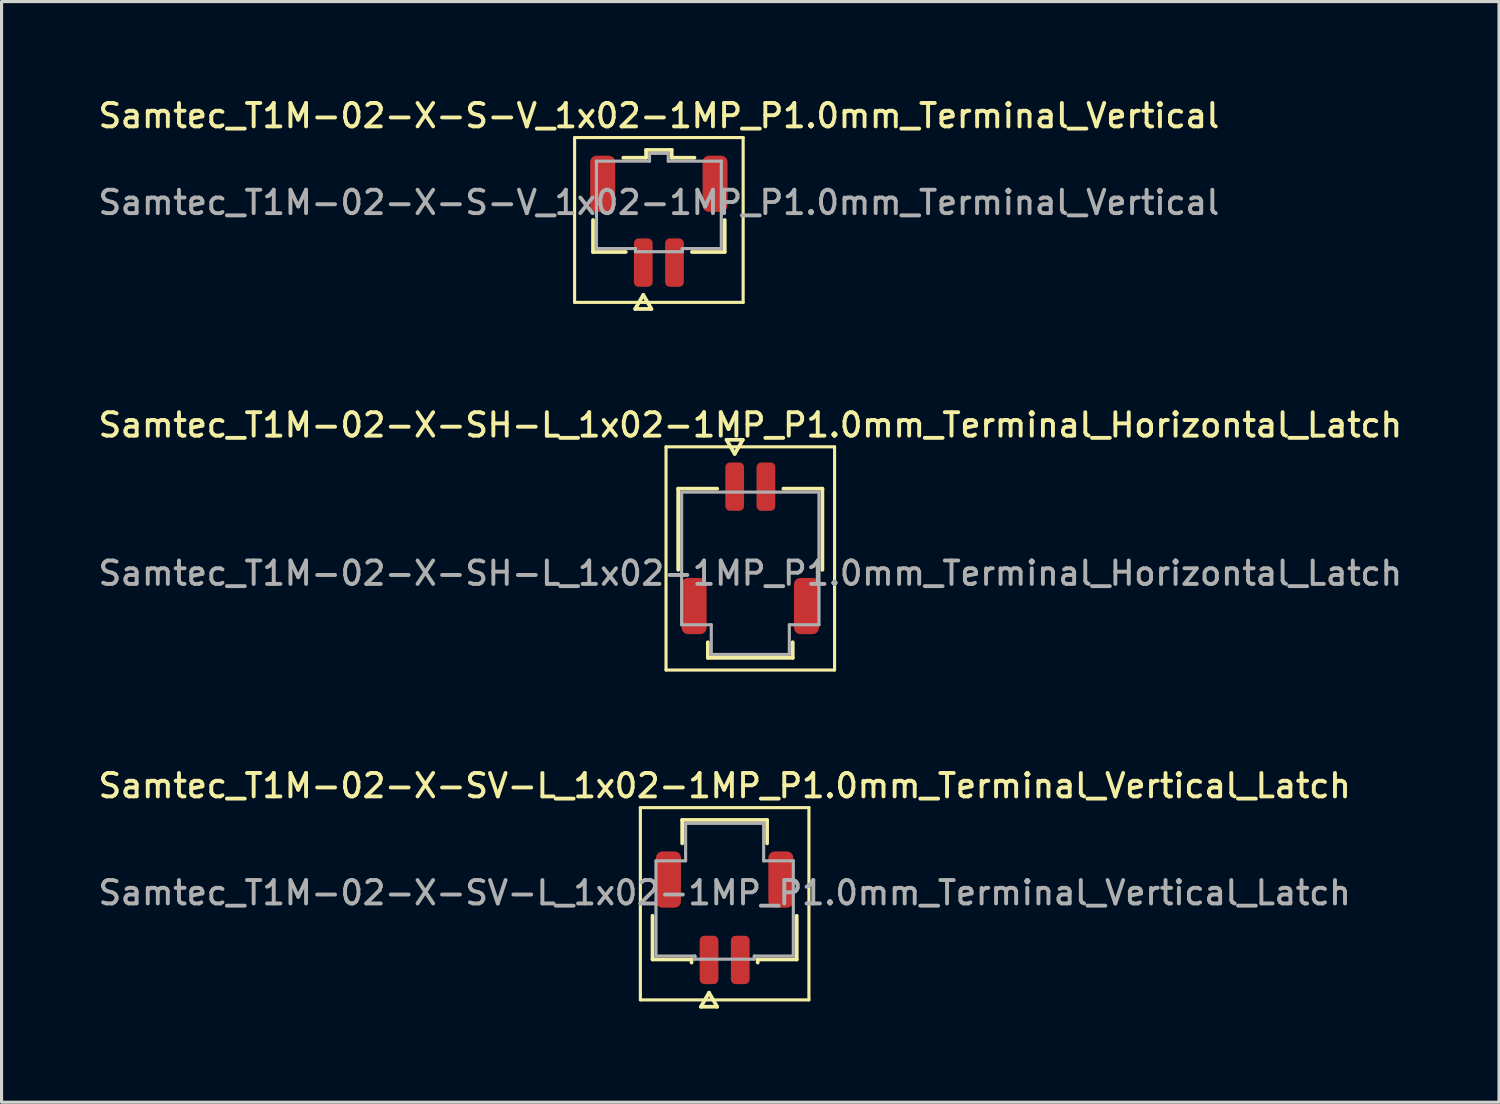
<source format=kicad_pcb>
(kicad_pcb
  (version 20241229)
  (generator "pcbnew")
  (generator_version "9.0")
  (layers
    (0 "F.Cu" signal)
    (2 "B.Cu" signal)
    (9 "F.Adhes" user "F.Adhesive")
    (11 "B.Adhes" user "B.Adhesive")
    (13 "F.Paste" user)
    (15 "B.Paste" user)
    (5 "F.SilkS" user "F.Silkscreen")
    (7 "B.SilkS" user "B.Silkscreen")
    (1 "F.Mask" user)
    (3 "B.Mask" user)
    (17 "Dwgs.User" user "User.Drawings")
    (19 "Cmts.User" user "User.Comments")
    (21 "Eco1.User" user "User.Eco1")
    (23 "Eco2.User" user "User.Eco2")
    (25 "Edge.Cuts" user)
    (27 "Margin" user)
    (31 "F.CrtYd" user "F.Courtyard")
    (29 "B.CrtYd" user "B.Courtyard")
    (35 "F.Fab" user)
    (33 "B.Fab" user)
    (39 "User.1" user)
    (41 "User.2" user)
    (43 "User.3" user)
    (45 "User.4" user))
  (footprint "Samtec_T1M-02-X-S-V_1x02-1MP_P1.0mm_Terminal_Vertical"
    (layer "F.Cu")
    (at 18.059 3.438)
    (property "Reference" "Samtec_T1M-02-X-S-V_1x02-1MP_P1.0mm_Terminal_Vertical" (at 0 -2.78 0) (layer "F.SilkS") (effects (font (size 0.75 0.75) (thickness 0.125))))
    (attr smd)
    (fp_line (start -2.7 -2.08) (end -2.7 3.2) (stroke (width 0.1) (type solid)) (layer "F.SilkS"))
    (fp_line (start -2.7 3.2) (end 2.7 3.2) (stroke (width 0.1) (type solid)) (layer "F.SilkS"))
    (fp_line (start -2.11 1.585) (end -2.11 0.56) (stroke (width 0.12) (type solid)) (layer "F.SilkS"))
    (fp_line (start -1.14 -1.435) (end -0.41 -1.435) (stroke (width 0.12) (type solid)) (layer "F.SilkS"))
    (fp_line (start -1.06 1.585) (end -2.11 1.585) (stroke (width 0.12) (type solid)) (layer "F.SilkS"))
    (fp_line (start -0.76 3.41) (end -0.5 2.96) (stroke (width 0.12) (type solid)) (layer "F.SilkS"))
    (fp_line (start -0.5 2.96) (end -0.24 3.41) (stroke (width 0.12) (type solid)) (layer "F.SilkS"))
    (fp_line (start -0.41 -1.685) (end 0.41 -1.685) (stroke (width 0.12) (type solid)) (layer "F.SilkS"))
    (fp_line (start -0.41 -1.435) (end -0.41 -1.685) (stroke (width 0.12) (type solid)) (layer "F.SilkS"))
    (fp_line (start -0.24 3.41) (end -0.76 3.41) (stroke (width 0.12) (type solid)) (layer "F.SilkS"))
    (fp_line (start 0.41 -1.685) (end 0.41 -1.435) (stroke (width 0.12) (type solid)) (layer "F.SilkS"))
    (fp_line (start 0.41 -1.435) (end 1.14 -1.435) (stroke (width 0.12) (type solid)) (layer "F.SilkS"))
    (fp_line (start 2.11 0.56) (end 2.11 1.585) (stroke (width 0.12) (type solid)) (layer "F.SilkS"))
    (fp_line (start 2.11 1.585) (end 1.06 1.585) (stroke (width 0.12) (type solid)) (layer "F.SilkS"))
    (fp_line (start 2.7 -2.08) (end -2.7 -2.08) (stroke (width 0.1) (type solid)) (layer "F.SilkS"))
    (fp_line (start 2.7 3.2) (end 2.7 -2.08) (stroke (width 0.1) (type solid)) (layer "F.SilkS"))
    (fp_line (start -2 -1.325) (end -0.3 -1.325) (stroke (width 0.1) (type solid)) (layer "F.Fab"))
    (fp_line (start -2 1.475) (end -2 -1.325) (stroke (width 0.1) (type solid)) (layer "F.Fab"))
    (fp_line (start -0.75 1.475) (end -2 1.475) (stroke (width 0.1) (type solid)) (layer "F.Fab"))
    (fp_line (start -0.75 1.575) (end -0.75 1.475) (stroke (width 0.1) (type solid)) (layer "F.Fab"))
    (fp_line (start -0.3 -1.575) (end 0.3 -1.575) (stroke (width 0.1) (type solid)) (layer "F.Fab"))
    (fp_line (start -0.3 -1.325) (end -0.3 -1.575) (stroke (width 0.1) (type solid)) (layer "F.Fab"))
    (fp_line (start 0.3 -1.575) (end 0.3 -1.325) (stroke (width 0.1) (type solid)) (layer "F.Fab"))
    (fp_line (start 0.3 -1.325) (end 2 -1.325) (stroke (width 0.1) (type solid)) (layer "F.Fab"))
    (fp_line (start 0.75 1.475) (end 0.75 1.575) (stroke (width 0.1) (type solid)) (layer "F.Fab"))
    (fp_line (start 0.75 1.575) (end -0.75 1.575) (stroke (width 0.1) (type solid)) (layer "F.Fab"))
    (fp_line (start 2 -1.325) (end 2 1.475) (stroke (width 0.1) (type solid)) (layer "F.Fab"))
    (fp_line (start 2 1.475) (end 0.75 1.475) (stroke (width 0.1) (type solid)) (layer "F.Fab"))
    (fp_text user "${REFERENCE}" (at 0 0 0) (layer "F.Fab") (effects (font (size 0.75 0.75) (thickness 0.125))))
    (pad "1" smd roundrect (at -0.5 1.925) (size 0.6 1.55) (layers "F.Cu" "F.Mask" "F.Paste") (roundrect_rratio 0.25))
    (pad "2" smd roundrect (at 0.5 1.925) (size 0.6 1.55) (layers "F.Cu" "F.Mask" "F.Paste") (roundrect_rratio 0.25))
    (pad "MP" smd roundrect (at -1.8 -0.6) (size 0.8 1.8) (layers "F.Cu" "F.Mask" "F.Paste") (roundrect_rratio 0.25))
    (pad "MP" smd roundrect (at 1.8 -0.6) (size 0.8 1.8) (layers "F.Cu" "F.Mask" "F.Paste") (roundrect_rratio 0.25)))
  (footprint "Samtec_T1M-02-X-SV-L_1x02-1MP_P1.0mm_Terminal_Vertical_Latch"
    (layer "F.Cu")
    (at 20.166 25.554)
    (property "Reference" "Samtec_T1M-02-X-SV-L_1x02-1MP_P1.0mm_Terminal_Vertical_Latch" (at 0 -3.43 0) (layer "F.SilkS") (effects (font (size 0.75 0.75) (thickness 0.125))))
    (attr smd)
    (fp_line (start -2.7 -2.73) (end -2.7 3.43) (stroke (width 0.1) (type solid)) (layer "F.SilkS"))
    (fp_line (start -2.7 3.43) (end 2.7 3.43) (stroke (width 0.1) (type solid)) (layer "F.SilkS"))
    (fp_line (start -2.31 2.135) (end -2.31 0.735) (stroke (width 0.12) (type solid)) (layer "F.SilkS"))
    (fp_line (start -1.36 -2.335) (end 1.36 -2.335) (stroke (width 0.12) (type solid)) (layer "F.SilkS"))
    (fp_line (start -1.36 -1.585) (end -1.36 -2.335) (stroke (width 0.12) (type solid)) (layer "F.SilkS"))
    (fp_line (start -1.06 2.135) (end -2.31 2.135) (stroke (width 0.12) (type solid)) (layer "F.SilkS"))
    (fp_line (start -1.06 2.235) (end -1.06 2.135) (stroke (width 0.12) (type solid)) (layer "F.SilkS"))
    (fp_line (start -0.76 3.65) (end -0.5 3.2) (stroke (width 0.12) (type solid)) (layer "F.SilkS"))
    (fp_line (start -0.5 3.2) (end -0.24 3.65) (stroke (width 0.12) (type solid)) (layer "F.SilkS"))
    (fp_line (start -0.24 3.65) (end -0.76 3.65) (stroke (width 0.12) (type solid)) (layer "F.SilkS"))
    (fp_line (start 1.06 2.135) (end 1.06 2.235) (stroke (width 0.12) (type solid)) (layer "F.SilkS"))
    (fp_line (start 1.36 -2.335) (end 1.36 -1.585) (stroke (width 0.12) (type solid)) (layer "F.SilkS"))
    (fp_line (start 2.31 0.735) (end 2.31 2.135) (stroke (width 0.12) (type solid)) (layer "F.SilkS"))
    (fp_line (start 2.31 2.135) (end 1.06 2.135) (stroke (width 0.12) (type solid)) (layer "F.SilkS"))
    (fp_line (start 2.7 -2.73) (end -2.7 -2.73) (stroke (width 0.1) (type solid)) (layer "F.SilkS"))
    (fp_line (start 2.7 3.43) (end 2.7 -2.73) (stroke (width 0.1) (type solid)) (layer "F.SilkS"))
    (fp_line (start -2.2 -1.025) (end -1.25 -1.025) (stroke (width 0.1) (type solid)) (layer "F.Fab"))
    (fp_line (start -2.2 2.025) (end -2.2 -1.025) (stroke (width 0.1) (type solid)) (layer "F.Fab"))
    (fp_line (start -1.25 -2.225) (end 1.25 -2.225) (stroke (width 0.1) (type solid)) (layer "F.Fab"))
    (fp_line (start -1.25 -1.025) (end -1.25 -2.225) (stroke (width 0.1) (type solid)) (layer "F.Fab"))
    (fp_line (start -0.95 2.025) (end -2.2 2.025) (stroke (width 0.1) (type solid)) (layer "F.Fab"))
    (fp_line (start -0.95 2.125) (end -0.95 2.025) (stroke (width 0.1) (type solid)) (layer "F.Fab"))
    (fp_line (start 0.95 2.025) (end 0.95 2.125) (stroke (width 0.1) (type solid)) (layer "F.Fab"))
    (fp_line (start 0.95 2.125) (end -0.95 2.125) (stroke (width 0.1) (type solid)) (layer "F.Fab"))
    (fp_line (start 1.25 -2.225) (end 1.25 -1.025) (stroke (width 0.1) (type solid)) (layer "F.Fab"))
    (fp_line (start 1.25 -1.025) (end 2.2 -1.025) (stroke (width 0.1) (type solid)) (layer "F.Fab"))
    (fp_line (start 2.2 -1.025) (end 2.2 2.025) (stroke (width 0.1) (type solid)) (layer "F.Fab"))
    (fp_line (start 2.2 2.025) (end 0.95 2.025) (stroke (width 0.1) (type solid)) (layer "F.Fab"))
    (fp_text user "${REFERENCE}" (at 0 0 0) (layer "F.Fab") (effects (font (size 0.75 0.75) (thickness 0.125))))
    (pad "1" smd roundrect (at -0.5 2.15) (size 0.6 1.55) (layers "F.Cu" "F.Mask" "F.Paste") (roundrect_rratio 0.25))
    (pad "2" smd roundrect (at 0.5 2.15) (size 0.6 1.55) (layers "F.Cu" "F.Mask" "F.Paste") (roundrect_rratio 0.25))
    (pad "MP" smd roundrect (at -1.8 -0.425) (size 0.8 1.8) (layers "F.Cu" "F.Mask" "F.Paste") (roundrect_rratio 0.25))
    (pad "MP" smd roundrect (at 1.8 -0.425) (size 0.8 1.8) (layers "F.Cu" "F.Mask" "F.Paste") (roundrect_rratio 0.25)))
  (footprint "Samtec_T1M-02-X-SH-L_1x02-1MP_P1.0mm_Terminal_Horizontal_Latch"
    (layer "F.Cu")
    (at 20.988 15.316)
    (property "Reference" "Samtec_T1M-02-X-SH-L_1x02-1MP_P1.0mm_Terminal_Horizontal_Latch" (at 0 -4.75 0) (layer "F.SilkS") (effects (font (size 0.75 0.75) (thickness 0.125))))
    (attr smd)
    (fp_line (start -2.7 -4.05) (end -2.7 3.1) (stroke (width 0.1) (type solid)) (layer "F.SilkS"))
    (fp_line (start -2.7 3.1) (end 2.7 3.1) (stroke (width 0.1) (type solid)) (layer "F.SilkS"))
    (fp_line (start -2.31 -2.71) (end -1.06 -2.71) (stroke (width 0.12) (type solid)) (layer "F.SilkS"))
    (fp_line (start -2.31 -0.11) (end -2.31 -2.71) (stroke (width 0.12) (type solid)) (layer "F.SilkS"))
    (fp_line (start -1.36 2.71) (end -1.36 2.21) (stroke (width 0.12) (type solid)) (layer "F.SilkS"))
    (fp_line (start -0.76 -4.275) (end -0.5 -3.825) (stroke (width 0.12) (type solid)) (layer "F.SilkS"))
    (fp_line (start -0.5 -3.825) (end -0.24 -4.275) (stroke (width 0.12) (type solid)) (layer "F.SilkS"))
    (fp_line (start -0.24 -4.275) (end -0.76 -4.275) (stroke (width 0.12) (type solid)) (layer "F.SilkS"))
    (fp_line (start 1.06 -2.71) (end 2.31 -2.71) (stroke (width 0.12) (type solid)) (layer "F.SilkS"))
    (fp_line (start 1.36 2.21) (end 1.36 2.71) (stroke (width 0.12) (type solid)) (layer "F.SilkS"))
    (fp_line (start 1.36 2.71) (end -1.36 2.71) (stroke (width 0.12) (type solid)) (layer "F.SilkS"))
    (fp_line (start 2.31 -2.71) (end 2.31 -0.11) (stroke (width 0.12) (type solid)) (layer "F.SilkS"))
    (fp_line (start 2.7 -4.05) (end -2.7 -4.05) (stroke (width 0.1) (type solid)) (layer "F.SilkS"))
    (fp_line (start 2.7 3.1) (end 2.7 -4.05) (stroke (width 0.1) (type solid)) (layer "F.SilkS"))
    (fp_line (start -2.2 -2.6) (end 2.2 -2.6) (stroke (width 0.1) (type solid)) (layer "F.Fab"))
    (fp_line (start -2.2 1.65) (end -2.2 -2.6) (stroke (width 0.1) (type solid)) (layer "F.Fab"))
    (fp_line (start -1.25 1.65) (end -2.2 1.65) (stroke (width 0.1) (type solid)) (layer "F.Fab"))
    (fp_line (start -1.25 2.6) (end -1.25 1.65) (stroke (width 0.1) (type solid)) (layer "F.Fab"))
    (fp_line (start 1.25 1.65) (end 1.25 2.6) (stroke (width 0.1) (type solid)) (layer "F.Fab"))
    (fp_line (start 1.25 2.6) (end -1.25 2.6) (stroke (width 0.1) (type solid)) (layer "F.Fab"))
    (fp_line (start 2.2 -2.6) (end 2.2 1.65) (stroke (width 0.1) (type solid)) (layer "F.Fab"))
    (fp_line (start 2.2 1.65) (end 1.25 1.65) (stroke (width 0.1) (type solid)) (layer "F.Fab"))
    (fp_text user "${REFERENCE}" (at 0 0 0) (layer "F.Fab") (effects (font (size 0.75 0.75) (thickness 0.125))))
    (pad "1" smd roundrect (at -0.5 -2.775) (size 0.6 1.55) (layers "F.Cu" "F.Mask" "F.Paste") (roundrect_rratio 0.25))
    (pad "2" smd roundrect (at 0.5 -2.775) (size 0.6 1.55) (layers "F.Cu" "F.Mask" "F.Paste") (roundrect_rratio 0.25))
    (pad "MP" smd roundrect (at -1.8 1.05) (size 0.8 1.8) (layers "F.Cu" "F.Mask" "F.Paste") (roundrect_rratio 0.25))
    (pad "MP" smd roundrect (at 1.8 1.05) (size 0.8 1.8) (layers "F.Cu" "F.Mask" "F.Paste") (roundrect_rratio 0.25)))
  (gr_rect
    (start -3 -3)
    (end 44.975 32.264)
    (stroke (width 0.1) (type default))
    (fill no)
    (layer "Edge.Cuts")))
</source>
